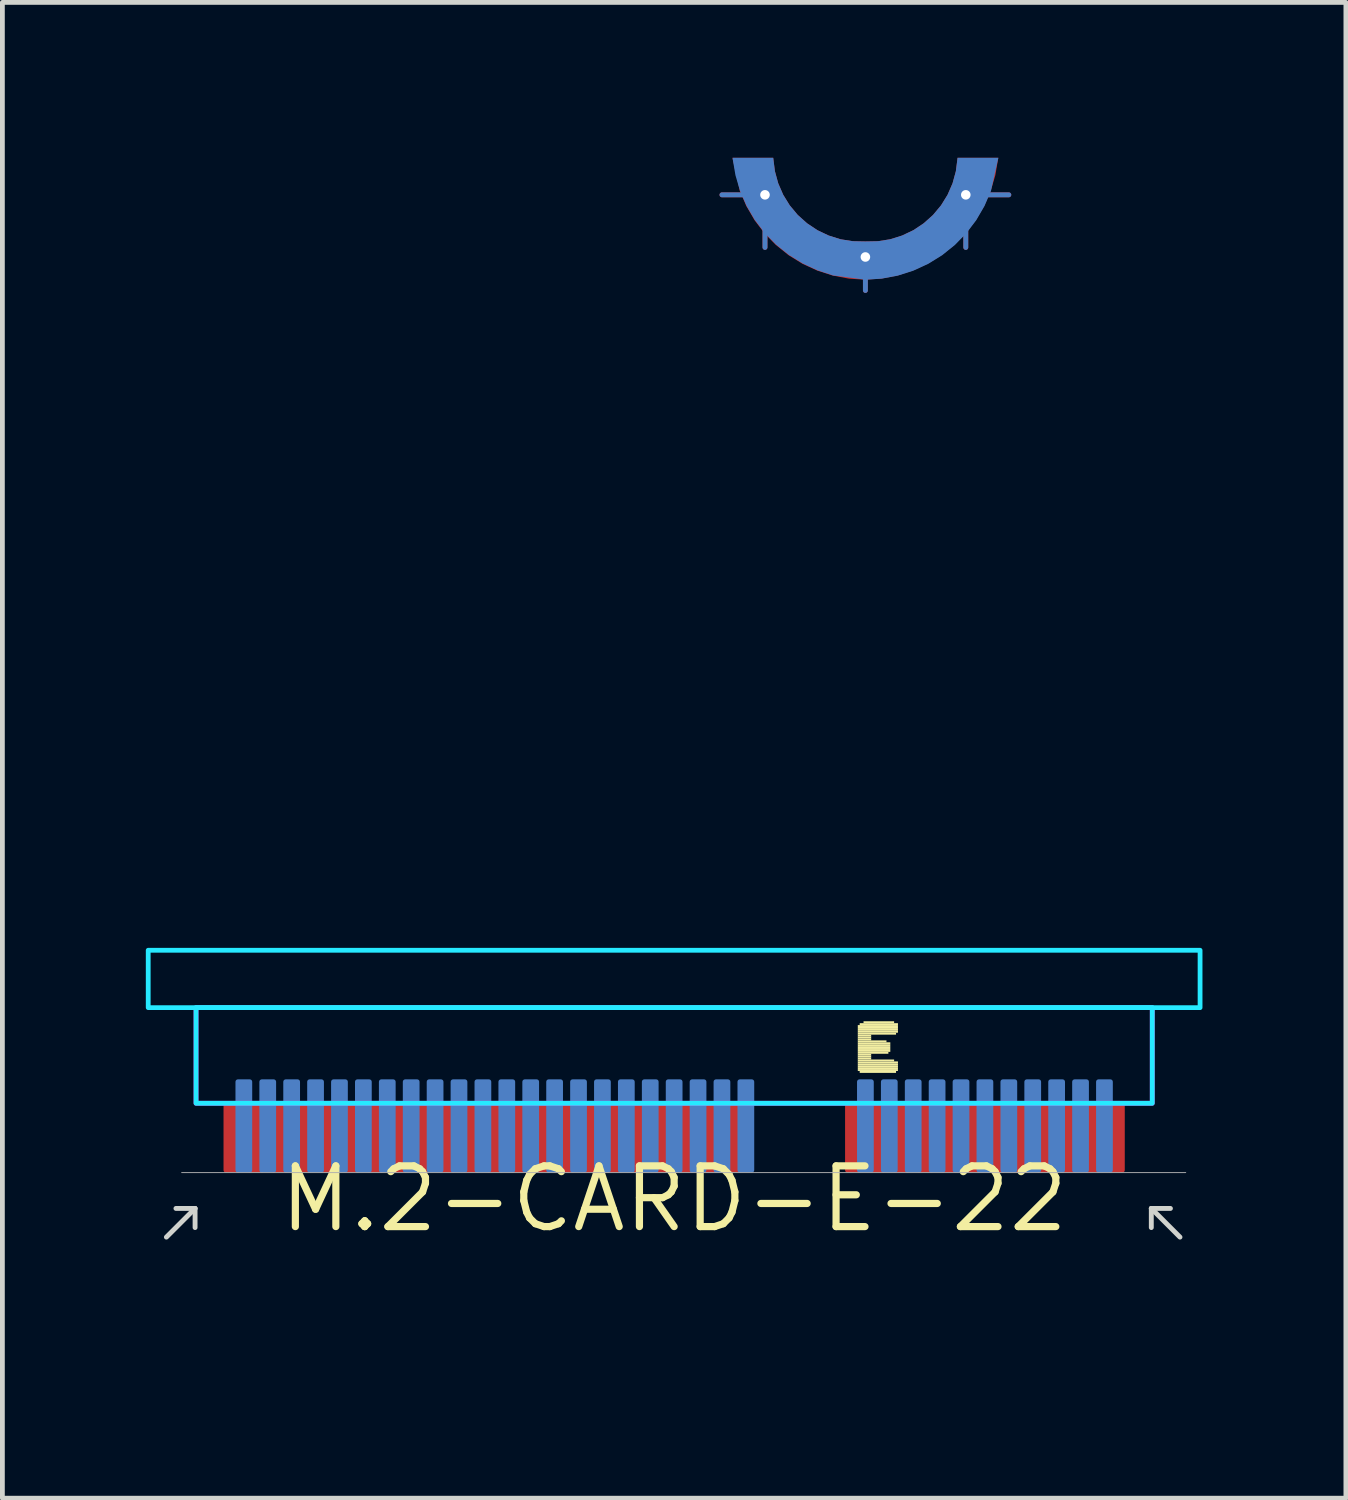
<source format=kicad_pcb>
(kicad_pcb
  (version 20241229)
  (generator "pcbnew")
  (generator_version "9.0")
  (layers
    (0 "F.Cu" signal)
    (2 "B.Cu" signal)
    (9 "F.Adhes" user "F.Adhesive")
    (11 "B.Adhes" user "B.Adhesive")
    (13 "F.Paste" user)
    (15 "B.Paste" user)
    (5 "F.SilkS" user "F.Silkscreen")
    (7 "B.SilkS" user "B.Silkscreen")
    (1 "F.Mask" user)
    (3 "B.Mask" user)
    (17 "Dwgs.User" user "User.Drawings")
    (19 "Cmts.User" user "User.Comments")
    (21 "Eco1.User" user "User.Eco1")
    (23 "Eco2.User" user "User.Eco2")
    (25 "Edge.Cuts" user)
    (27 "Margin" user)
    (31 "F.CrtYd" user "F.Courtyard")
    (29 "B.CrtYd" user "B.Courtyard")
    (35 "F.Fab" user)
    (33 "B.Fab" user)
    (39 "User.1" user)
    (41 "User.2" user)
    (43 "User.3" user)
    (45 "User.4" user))
  (footprint "M.2-CARD-E-22"
    (layer "F.Cu")
    (at 11.05 22.025)
    (property "Reference" "M.2-CARD-E-22" (at 0 0 0) (unlocked yes) (layer "F.SilkS") (effects (font (size 1.27 1.27) (thickness 0.15))))
    (fp_line (start 1.9 -21) (end 1 -21) (stroke (width 0.102) (type solid)) (layer "F.Cu"))
    (fp_line (start 1.9 -21) (end 1.9 -19.9) (stroke (width 0.102) (type solid)) (layer "F.Cu"))
    (fp_line (start 4 -19.7) (end 4 -19) (stroke (width 0.102) (type solid)) (layer "F.Cu"))
    (fp_line (start 6.1 -21) (end 6.1 -19.9) (stroke (width 0.102) (type solid)) (layer "F.Cu"))
    (fp_line (start 6.1 -21) (end 7 -21) (stroke (width 0.102) (type solid)) (layer "F.Cu"))
    (fp_poly (pts (xy 2.108 -21.493) (xy 2.177 -21.241) (xy 2.281 -21.002) (xy 2.418 -20.78) (xy 2.585 -20.58) (xy 2.779 -20.406) (xy 2.996 -20.261) (xy 3.232 -20.149) (xy 3.48 -20.071) (xy 3.738 -20.03) (xy 4 -20.025) (xy 4.262 -20.03) (xy 4.52 -20.071) (xy 4.768 -20.149) (xy 5.004 -20.261) (xy 5.221 -20.406) (xy 5.415 -20.58) (xy 5.582 -20.78) (xy 5.719 -21.002) (xy 5.823 -21.241) (xy 5.892 -21.493) (xy 5.928 -21.775) (xy 6.78 -21.775) (xy 6.718 -21.41) (xy 6.622 -21.083) (xy 6.486 -20.769) (xy 6.313 -20.474) (xy 6.106 -20.203) (xy 5.868 -19.958) (xy 5.602 -19.744) (xy 5.311 -19.564) (xy 5.001 -19.42) (xy 4.676 -19.314) (xy 4.341 -19.249) (xy 4 -19.225) (xy 3.658 -19.247) (xy 3.322 -19.31) (xy 2.996 -19.414) (xy 2.685 -19.557) (xy 2.394 -19.737) (xy 2.127 -19.952) (xy 1.888 -20.197) (xy 1.681 -20.47) (xy 1.509 -20.766) (xy 1.374 -21.081) (xy 1.219 -21.775) (xy 2.072 -21.775)) (stroke (width 0) (type default)) (fill yes) (layer "F.Cu"))
    (fp_poly (pts (xy 2.296 -21.73) (xy 2.36 -21.467) (xy 2.463 -21.217) (xy 2.605 -20.986) (xy 2.78 -20.78) (xy 2.986 -20.605) (xy 3.217 -20.463) (xy 3.466 -20.36) (xy 4.001 -20.275) (xy 4.27 -20.296) (xy 4.533 -20.36) (xy 4.783 -20.463) (xy 5.014 -20.605) (xy 5.22 -20.78) (xy 5.395 -20.986) (xy 5.537 -21.217) (xy 5.64 -21.466) (xy 5.729 -22.025) (xy 6.777 -22.025) (xy 6.755 -21.666) (xy 6.694 -21.336) (xy 6.595 -21.016) (xy 6.457 -20.71) (xy 6.284 -20.424) (xy 6.077 -20.16) (xy 5.84 -19.923) (xy 5.576 -19.716) (xy 5.29 -19.543) (xy 4.984 -19.405) (xy 4.664 -19.306) (xy 4.334 -19.245) (xy 4 -19.225) (xy 3.666 -19.245) (xy 3.336 -19.306) (xy 3.016 -19.405) (xy 2.71 -19.543) (xy 2.424 -19.716) (xy 2.16 -19.923) (xy 1.923 -20.16) (xy 1.716 -20.424) (xy 1.543 -20.71) (xy 1.405 -21.016) (xy 1.306 -21.336) (xy 1.245 -21.666) (xy 1.223 -22.025) (xy 2.273 -22.025)) (stroke (width 0) (type default)) (fill yes) (layer "F.Mask"))
    (fp_line (start 1.9 -21) (end 1 -21) (stroke (width 0.102) (type solid)) (layer "B.Cu"))
    (fp_line (start 1.9 -21) (end 1.9 -19.9) (stroke (width 0.102) (type solid)) (layer "B.Cu"))
    (fp_line (start 4 -19.7) (end 4 -19) (stroke (width 0.102) (type solid)) (layer "B.Cu"))
    (fp_line (start 6.1 -21) (end 6.1 -19.9) (stroke (width 0.102) (type solid)) (layer "B.Cu"))
    (fp_line (start 6.1 -21) (end 7 -21) (stroke (width 0.102) (type solid)) (layer "B.Cu"))
    (fp_poly (pts (xy 2.108 -21.493) (xy 2.177 -21.241) (xy 2.281 -21.002) (xy 2.418 -20.78) (xy 2.585 -20.58) (xy 2.779 -20.406) (xy 2.996 -20.261) (xy 3.232 -20.149) (xy 3.48 -20.071) (xy 3.738 -20.03) (xy 4 -20.025) (xy 4.262 -20.03) (xy 4.52 -20.071) (xy 4.768 -20.149) (xy 5.004 -20.261) (xy 5.221 -20.406) (xy 5.415 -20.58) (xy 5.582 -20.78) (xy 5.719 -21.002) (xy 5.823 -21.241) (xy 5.892 -21.493) (xy 5.928 -21.775) (xy 6.781 -21.775) (xy 6.626 -21.081) (xy 6.491 -20.766) (xy 6.319 -20.47) (xy 6.112 -20.197) (xy 5.873 -19.952) (xy 5.606 -19.737) (xy 5.315 -19.557) (xy 5.004 -19.414) (xy 4.678 -19.31) (xy 4.342 -19.247) (xy 4.024 -19.226) (xy 4.023 -19.222) (xy 3.999 -19.225) (xy 3.976 -19.223) (xy 3.976 -19.228) (xy 3.324 -19.314) (xy 2.999 -19.42) (xy 2.689 -19.564) (xy 2.398 -19.744) (xy 2.132 -19.958) (xy 1.894 -20.203) (xy 1.687 -20.474) (xy 1.514 -20.769) (xy 1.378 -21.083) (xy 1.282 -21.41) (xy 1.225 -21.748) (xy 1.225 -21.775) (xy 2.072 -21.775)) (stroke (width 0) (type default)) (fill yes) (layer "B.Cu"))
    (fp_poly (pts (xy 2.36 -21.466) (xy 2.463 -21.217) (xy 2.605 -20.986) (xy 2.78 -20.78) (xy 2.986 -20.605) (xy 3.217 -20.463) (xy 3.467 -20.36) (xy 3.73 -20.296) (xy 3.999 -20.275) (xy 4.534 -20.36) (xy 4.783 -20.463) (xy 5.014 -20.605) (xy 5.22 -20.78) (xy 5.395 -20.986) (xy 5.537 -21.217) (xy 5.64 -21.467) (xy 5.704 -21.73) (xy 5.727 -22.025) (xy 6.777 -22.025) (xy 6.755 -21.666) (xy 6.694 -21.336) (xy 6.595 -21.016) (xy 6.457 -20.71) (xy 6.284 -20.424) (xy 6.077 -20.16) (xy 5.84 -19.923) (xy 5.576 -19.716) (xy 5.29 -19.543) (xy 4.984 -19.405) (xy 4.664 -19.306) (xy 4.334 -19.245) (xy 4 -19.225) (xy 3.666 -19.245) (xy 3.336 -19.306) (xy 3.016 -19.405) (xy 2.71 -19.543) (xy 2.424 -19.716) (xy 2.16 -19.923) (xy 1.923 -20.16) (xy 1.716 -20.424) (xy 1.543 -20.71) (xy 1.405 -21.016) (xy 1.306 -21.336) (xy 1.245 -21.666) (xy 1.223 -22.025) (xy 2.271 -22.025)) (stroke (width 0) (type default)) (fill yes) (layer "B.Mask"))
    (fp_poly (pts (xy 3.841 -3.595) (xy 4.681 -3.595) (xy 4.681 -3.635) (xy 3.841 -3.635)) (stroke (width 0) (type default)) (fill yes) (layer "F.SilkS"))
    (fp_poly (pts (xy 3.841 -3.555) (xy 4.681 -3.555) (xy 4.681 -3.595) (xy 3.841 -3.595)) (stroke (width 0) (type default)) (fill yes) (layer "F.SilkS"))
    (fp_poly (pts (xy 3.841 -3.515) (xy 4.681 -3.515) (xy 4.681 -3.555) (xy 3.841 -3.555)) (stroke (width 0) (type default)) (fill yes) (layer "F.SilkS"))
    (fp_poly (pts (xy 3.841 -3.475) (xy 4.681 -3.475) (xy 4.681 -3.515) (xy 3.841 -3.515)) (stroke (width 0) (type default)) (fill yes) (layer "F.SilkS"))
    (fp_poly (pts (xy 3.841 -3.435) (xy 4.641 -3.435) (xy 4.641 -3.475) (xy 3.841 -3.475)) (stroke (width 0) (type default)) (fill yes) (layer "F.SilkS"))
    (fp_poly (pts (xy 3.841 -3.395) (xy 4.121 -3.395) (xy 4.121 -3.435) (xy 3.841 -3.435)) (stroke (width 0) (type default)) (fill yes) (layer "F.SilkS"))
    (fp_poly (pts (xy 3.841 -3.355) (xy 4.121 -3.355) (xy 4.121 -3.395) (xy 3.841 -3.395)) (stroke (width 0) (type default)) (fill yes) (layer "F.SilkS"))
    (fp_poly (pts (xy 3.841 -3.315) (xy 4.121 -3.315) (xy 4.121 -3.355) (xy 3.841 -3.355)) (stroke (width 0) (type default)) (fill yes) (layer "F.SilkS"))
    (fp_poly (pts (xy 3.841 -3.275) (xy 4.441 -3.275) (xy 4.441 -3.315) (xy 3.841 -3.315)) (stroke (width 0) (type default)) (fill yes) (layer "F.SilkS"))
    (fp_poly (pts (xy 3.841 -3.235) (xy 4.521 -3.235) (xy 4.521 -3.275) (xy 3.841 -3.275)) (stroke (width 0) (type default)) (fill yes) (layer "F.SilkS"))
    (fp_poly (pts (xy 3.841 -3.195) (xy 4.521 -3.195) (xy 4.521 -3.235) (xy 3.841 -3.235)) (stroke (width 0) (type default)) (fill yes) (layer "F.SilkS"))
    (fp_poly (pts (xy 3.841 -3.155) (xy 4.521 -3.155) (xy 4.521 -3.195) (xy 3.841 -3.195)) (stroke (width 0) (type default)) (fill yes) (layer "F.SilkS"))
    (fp_poly (pts (xy 3.841 -3.115) (xy 4.521 -3.115) (xy 4.521 -3.155) (xy 3.841 -3.155)) (stroke (width 0) (type default)) (fill yes) (layer "F.SilkS"))
    (fp_poly (pts (xy 3.841 -3.075) (xy 4.521 -3.075) (xy 4.521 -3.115) (xy 3.841 -3.115)) (stroke (width 0) (type default)) (fill yes) (layer "F.SilkS"))
    (fp_poly (pts (xy 3.841 -3.035) (xy 4.481 -3.035) (xy 4.481 -3.075) (xy 3.841 -3.075)) (stroke (width 0) (type default)) (fill yes) (layer "F.SilkS"))
    (fp_poly (pts (xy 3.841 -2.995) (xy 4.121 -2.995) (xy 4.121 -3.035) (xy 3.841 -3.035)) (stroke (width 0) (type default)) (fill yes) (layer "F.SilkS"))
    (fp_poly (pts (xy 3.841 -2.955) (xy 4.121 -2.955) (xy 4.121 -2.995) (xy 3.841 -2.995)) (stroke (width 0) (type default)) (fill yes) (layer "F.SilkS"))
    (fp_poly (pts (xy 3.841 -2.915) (xy 4.121 -2.915) (xy 4.121 -2.955) (xy 3.841 -2.955)) (stroke (width 0) (type default)) (fill yes) (layer "F.SilkS"))
    (fp_poly (pts (xy 3.841 -2.875) (xy 4.601 -2.875) (xy 4.601 -2.915) (xy 3.841 -2.915)) (stroke (width 0) (type default)) (fill yes) (layer "F.SilkS"))
    (fp_poly (pts (xy 3.841 -2.835) (xy 4.681 -2.835) (xy 4.681 -2.875) (xy 3.841 -2.875)) (stroke (width 0) (type default)) (fill yes) (layer "F.SilkS"))
    (fp_poly (pts (xy 3.841 -2.795) (xy 4.681 -2.795) (xy 4.681 -2.835) (xy 3.841 -2.835)) (stroke (width 0) (type default)) (fill yes) (layer "F.SilkS"))
    (fp_poly (pts (xy 3.841 -2.755) (xy 4.681 -2.755) (xy 4.681 -2.795) (xy 3.841 -2.795)) (stroke (width 0) (type default)) (fill yes) (layer "F.SilkS"))
    (fp_poly (pts (xy 3.841 -2.715) (xy 4.681 -2.715) (xy 4.681 -2.755) (xy 3.841 -2.755)) (stroke (width 0) (type default)) (fill yes) (layer "F.SilkS"))
    (fp_poly (pts (xy 3.841 -2.675) (xy 4.681 -2.675) (xy 4.681 -2.715) (xy 3.841 -2.715)) (stroke (width 0) (type default)) (fill yes) (layer "F.SilkS"))
    (fp_poly (pts (xy 3.881 -3.635) (xy 4.681 -3.635) (xy 4.681 -3.675) (xy 3.881 -3.675)) (stroke (width 0) (type default)) (fill yes) (layer "F.SilkS"))
    (fp_poly (pts (xy 3.881 -2.635) (xy 4.641 -2.635) (xy 4.641 -2.675) (xy 3.881 -2.675)) (stroke (width 0) (type default)) (fill yes) (layer "F.SilkS"))
    (fp_poly (pts (xy 3.961 -3.675) (xy 4.601 -3.675) (xy 4.601 -3.715) (xy 3.961 -3.715)) (stroke (width 0) (type default)) (fill yes) (layer "F.SilkS"))
    (fp_line (start -10.62 0.8) (end -10.02 0.2) (stroke (width 0.102) (type solid)) (layer "Edge.Cuts"))
    (fp_line (start -10.02 0.2) (end -10.42 0.2) (stroke (width 0.102) (type solid)) (layer "Edge.Cuts"))
    (fp_line (start -10.02 0.2) (end -10.02 0.6) (stroke (width 0.102) (type solid)) (layer "Edge.Cuts"))
    (fp_line (start 9.98 0.2) (end 9.98 0.6) (stroke (width 0.102) (type solid)) (layer "Edge.Cuts"))
    (fp_line (start 9.98 0.2) (end 10.38 0.2) (stroke (width 0.102) (type solid)) (layer "Edge.Cuts"))
    (fp_line (start 10.58 0.8) (end 9.98 0.2) (stroke (width 0.102) (type solid)) (layer "Edge.Cuts"))
    (fp_poly (pts (xy 10 -4) (xy -10 -4) (xy -10 -2) (xy 10 -2)) (stroke (width 0.1) (type default)) (fill no) (layer "B.CrtYd"))
    (fp_poly (pts (xy 11 -5.2) (xy -11 -5.2) (xy -11 -4) (xy 11 -4)) (stroke (width 0.1) (type default)) (fill no) (layer "B.CrtYd"))
    (fp_poly (pts (xy 10 -4) (xy -10 -4) (xy -10 -2) (xy 10 -2)) (stroke (width 0.1) (type default)) (fill no) (layer "F.CrtYd"))
    (fp_line (start -10.3 -0.55) (end 10.7 -0.55) (stroke (width 0.02) (type solid)) (layer "F.Fab"))
    (fp_text user "Chamfered Edge" (at -0.02 1 0) (layer "Edge.Cuts") (effects (font (size 0.648 0.648) (thickness 0.114)) (justify right top)))
    (fp_text user "Route\nOut" (at 4 -21.3 0) (layer "Edge.Cuts") (effects (font (size 0.276 0.276) (thickness 0.024))))
    (fp_text user "0.8mm PCB" (at -0.02 2.27 0) (layer "Edge.Cuts") (effects (font (size 0.648 0.648) (thickness 0.114)) (justify right top)))
    (pad "1" smd roundrect (at 9.25 -1.275 180) (size 0.35 1.45) (layers "F.Cu" "F.Mask") (roundrect_rratio 0.145))
    (pad "2" smd roundrect (at 9 -1.525) (size 0.35 1.95) (layers "B.Cu" "B.Mask") (roundrect_rratio 0.145))
    (pad "3" smd roundrect (at 8.75 -1.275 180) (size 0.35 1.45) (layers "F.Cu" "F.Mask") (roundrect_rratio 0.145))
    (pad "4" smd roundrect (at 8.5 -1.525) (size 0.35 1.95) (layers "B.Cu" "B.Mask") (roundrect_rratio 0.145))
    (pad "5" smd roundrect (at 8.25 -1.275 180) (size 0.35 1.45) (layers "F.Cu" "F.Mask") (roundrect_rratio 0.145))
    (pad "6" smd roundrect (at 8 -1.525) (size 0.35 1.95) (layers "B.Cu" "B.Mask") (roundrect_rratio 0.145))
    (pad "7" smd roundrect (at 7.75 -1.275 180) (size 0.35 1.45) (layers "F.Cu" "F.Mask") (roundrect_rratio 0.145))
    (pad "8" smd roundrect (at 7.5 -1.525) (size 0.35 1.95) (layers "B.Cu" "B.Mask") (roundrect_rratio 0.145))
    (pad "9" smd roundrect (at 7.25 -1.275 180) (size 0.35 1.45) (layers "F.Cu" "F.Mask") (roundrect_rratio 0.145))
    (pad "10" smd roundrect (at 7 -1.525) (size 0.35 1.95) (layers "B.Cu" "B.Mask") (roundrect_rratio 0.145))
    (pad "11" smd roundrect (at 6.75 -1.275 180) (size 0.35 1.45) (layers "F.Cu" "F.Mask") (roundrect_rratio 0.145))
    (pad "12" smd roundrect (at 6.5 -1.525) (size 0.35 1.95) (layers "B.Cu" "B.Mask") (roundrect_rratio 0.145))
    (pad "13" smd roundrect (at 6.25 -1.275 180) (size 0.35 1.45) (layers "F.Cu" "F.Mask") (roundrect_rratio 0.145))
    (pad "14" smd roundrect (at 6 -1.525) (size 0.35 1.95) (layers "B.Cu" "B.Mask") (roundrect_rratio 0.145))
    (pad "15" smd roundrect (at 5.75 -1.275 180) (size 0.35 1.45) (layers "F.Cu" "F.Mask") (roundrect_rratio 0.145))
    (pad "16" smd roundrect (at 5.5 -1.525) (size 0.35 1.95) (layers "B.Cu" "B.Mask") (roundrect_rratio 0.145))
    (pad "17" smd roundrect (at 5.25 -1.275 180) (size 0.35 1.45) (layers "F.Cu" "F.Mask") (roundrect_rratio 0.145))
    (pad "18" smd roundrect (at 5 -1.525) (size 0.35 1.95) (layers "B.Cu" "B.Mask") (roundrect_rratio 0.145))
    (pad "19" smd roundrect (at 4.75 -1.275 180) (size 0.35 1.45) (layers "F.Cu" "F.Mask") (roundrect_rratio 0.145))
    (pad "20" smd roundrect (at 4.5 -1.525) (size 0.35 1.95) (layers "B.Cu" "B.Mask") (roundrect_rratio 0.145))
    (pad "21" smd roundrect (at 4.25 -1.275 180) (size 0.35 1.45) (layers "F.Cu" "F.Mask") (roundrect_rratio 0.145))
    (pad "22" smd roundrect (at 4 -1.525) (size 0.35 1.95) (layers "B.Cu" "B.Mask") (roundrect_rratio 0.145))
    (pad "23" smd roundrect (at 3.75 -1.275 180) (size 0.35 1.45) (layers "F.Cu" "F.Mask") (roundrect_rratio 0.145))
    (pad "32" smd roundrect (at 1.5 -1.525) (size 0.35 1.95) (layers "B.Cu" "B.Mask") (roundrect_rratio 0.145))
    (pad "33" smd roundrect (at 1.25 -1.275 180) (size 0.35 1.45) (layers "F.Cu" "F.Mask") (roundrect_rratio 0.145))
    (pad "34" smd roundrect (at 1 -1.525) (size 0.35 1.95) (layers "B.Cu" "B.Mask") (roundrect_rratio 0.145))
    (pad "35" smd roundrect (at 0.75 -1.275 180) (size 0.35 1.45) (layers "F.Cu" "F.Mask") (roundrect_rratio 0.145))
    (pad "36" smd roundrect (at 0.5 -1.525) (size 0.35 1.95) (layers "B.Cu" "B.Mask") (roundrect_rratio 0.145))
    (pad "37" smd roundrect (at 0.25 -1.275 180) (size 0.35 1.45) (layers "F.Cu" "F.Mask") (roundrect_rratio 0.145))
    (pad "38" smd roundrect (at 0 -1.525) (size 0.35 1.95) (layers "B.Cu" "B.Mask") (roundrect_rratio 0.145))
    (pad "39" smd roundrect (at -0.25 -1.275 180) (size 0.35 1.45) (layers "F.Cu" "F.Mask") (roundrect_rratio 0.145))
    (pad "40" smd roundrect (at -0.5 -1.525) (size 0.35 1.95) (layers "B.Cu" "B.Mask") (roundrect_rratio 0.145))
    (pad "41" smd roundrect (at -0.75 -1.275 180) (size 0.35 1.45) (layers "F.Cu" "F.Mask") (roundrect_rratio 0.145))
    (pad "42" smd roundrect (at -1 -1.525) (size 0.35 1.95) (layers "B.Cu" "B.Mask") (roundrect_rratio 0.145))
    (pad "43" smd roundrect (at -1.25 -1.275 180) (size 0.35 1.45) (layers "F.Cu" "F.Mask") (roundrect_rratio 0.145))
    (pad "44" smd roundrect (at -1.5 -1.525) (size 0.35 1.95) (layers "B.Cu" "B.Mask") (roundrect_rratio 0.145))
    (pad "45" smd roundrect (at -1.75 -1.275 180) (size 0.35 1.45) (layers "F.Cu" "F.Mask") (roundrect_rratio 0.145))
    (pad "46" smd roundrect (at -2 -1.525) (size 0.35 1.95) (layers "B.Cu" "B.Mask") (roundrect_rratio 0.145))
    (pad "47" smd roundrect (at -2.25 -1.275 180) (size 0.35 1.45) (layers "F.Cu" "F.Mask") (roundrect_rratio 0.145))
    (pad "48" smd roundrect (at -2.5 -1.525) (size 0.35 1.95) (layers "B.Cu" "B.Mask") (roundrect_rratio 0.145))
    (pad "49" smd roundrect (at -2.75 -1.275 180) (size 0.35 1.45) (layers "F.Cu" "F.Mask") (roundrect_rratio 0.145))
    (pad "50" smd roundrect (at -3 -1.525) (size 0.35 1.95) (layers "B.Cu" "B.Mask") (roundrect_rratio 0.145))
    (pad "51" smd roundrect (at -3.25 -1.275 180) (size 0.35 1.45) (layers "F.Cu" "F.Mask") (roundrect_rratio 0.145))
    (pad "52" smd roundrect (at -3.5 -1.525) (size 0.35 1.95) (layers "B.Cu" "B.Mask") (roundrect_rratio 0.145))
    (pad "53" smd roundrect (at -3.75 -1.275 180) (size 0.35 1.45) (layers "F.Cu" "F.Mask") (roundrect_rratio 0.145))
    (pad "54" smd roundrect (at -4 -1.525) (size 0.35 1.95) (layers "B.Cu" "B.Mask") (roundrect_rratio 0.145))
    (pad "55" smd roundrect (at -4.25 -1.275 180) (size 0.35 1.45) (layers "F.Cu" "F.Mask") (roundrect_rratio 0.145))
    (pad "56" smd roundrect (at -4.5 -1.525) (size 0.35 1.95) (layers "B.Cu" "B.Mask") (roundrect_rratio 0.145))
    (pad "57" smd roundrect (at -4.75 -1.275 180) (size 0.35 1.45) (layers "F.Cu" "F.Mask") (roundrect_rratio 0.145))
    (pad "58" smd roundrect (at -5 -1.525) (size 0.35 1.95) (layers "B.Cu" "B.Mask") (roundrect_rratio 0.145))
    (pad "59" smd roundrect (at -5.25 -1.275 180) (size 0.35 1.45) (layers "F.Cu" "F.Mask") (roundrect_rratio 0.145))
    (pad "60" smd roundrect (at -5.5 -1.525) (size 0.35 1.95) (layers "B.Cu" "B.Mask") (roundrect_rratio 0.145))
    (pad "61" smd roundrect (at -5.75 -1.275 180) (size 0.35 1.45) (layers "F.Cu" "F.Mask") (roundrect_rratio 0.145))
    (pad "62" smd roundrect (at -6 -1.525) (size 0.35 1.95) (layers "B.Cu" "B.Mask") (roundrect_rratio 0.145))
    (pad "63" smd roundrect (at -6.25 -1.275 180) (size 0.35 1.45) (layers "F.Cu" "F.Mask") (roundrect_rratio 0.145))
    (pad "64" smd roundrect (at -6.5 -1.525) (size 0.35 1.95) (layers "B.Cu" "B.Mask") (roundrect_rratio 0.145))
    (pad "65" smd roundrect (at -6.75 -1.275 180) (size 0.35 1.45) (layers "F.Cu" "F.Mask") (roundrect_rratio 0.145))
    (pad "66" smd roundrect (at -7 -1.525) (size 0.35 1.95) (layers "B.Cu" "B.Mask") (roundrect_rratio 0.145))
    (pad "67" smd roundrect (at -7.25 -1.275 180) (size 0.35 1.45) (layers "F.Cu" "F.Mask") (roundrect_rratio 0.145))
    (pad "68" smd roundrect (at -7.5 -1.525) (size 0.35 1.95) (layers "B.Cu" "B.Mask") (roundrect_rratio 0.145))
    (pad "69" smd roundrect (at -7.75 -1.275 180) (size 0.35 1.45) (layers "F.Cu" "F.Mask") (roundrect_rratio 0.145))
    (pad "70" smd roundrect (at -8 -1.525) (size 0.35 1.95) (layers "B.Cu" "B.Mask") (roundrect_rratio 0.145))
    (pad "71" smd roundrect (at -8.25 -1.275 180) (size 0.35 1.45) (layers "F.Cu" "F.Mask") (roundrect_rratio 0.145))
    (pad "72" smd roundrect (at -8.5 -1.525) (size 0.35 1.95) (layers "B.Cu" "B.Mask") (roundrect_rratio 0.145))
    (pad "73" smd roundrect (at -8.75 -1.275 180) (size 0.35 1.45) (layers "F.Cu" "F.Mask") (roundrect_rratio 0.145))
    (pad "74" smd roundrect (at -9 -1.525) (size 0.35 1.95) (layers "B.Cu" "B.Mask") (roundrect_rratio 0.145))
    (pad "75" smd roundrect (at -9.25 -1.275 180) (size 0.35 1.45) (layers "F.Cu" "F.Mask") (roundrect_rratio 0.145))
    (pad "GND1" thru_hole circle (at 1.9 -21) (size 0.352 0.352) (drill 0.2) (layers "*.Cu" "*.Mask"))
    (pad "GND2" thru_hole circle (at 4 -19.7) (size 0.352 0.352) (drill 0.2) (layers "*.Cu" "*.Mask"))
    (pad "GND3" thru_hole circle (at 6.1 -21) (size 0.352 0.352) (drill 0.2) (layers "*.Cu" "*.Mask")))
  (gr_rect
    (start -3 -3)
    (end 25.1 28.286)
    (stroke (width 0.1) (type default))
    (fill no)
    (layer "Edge.Cuts")))
</source>
